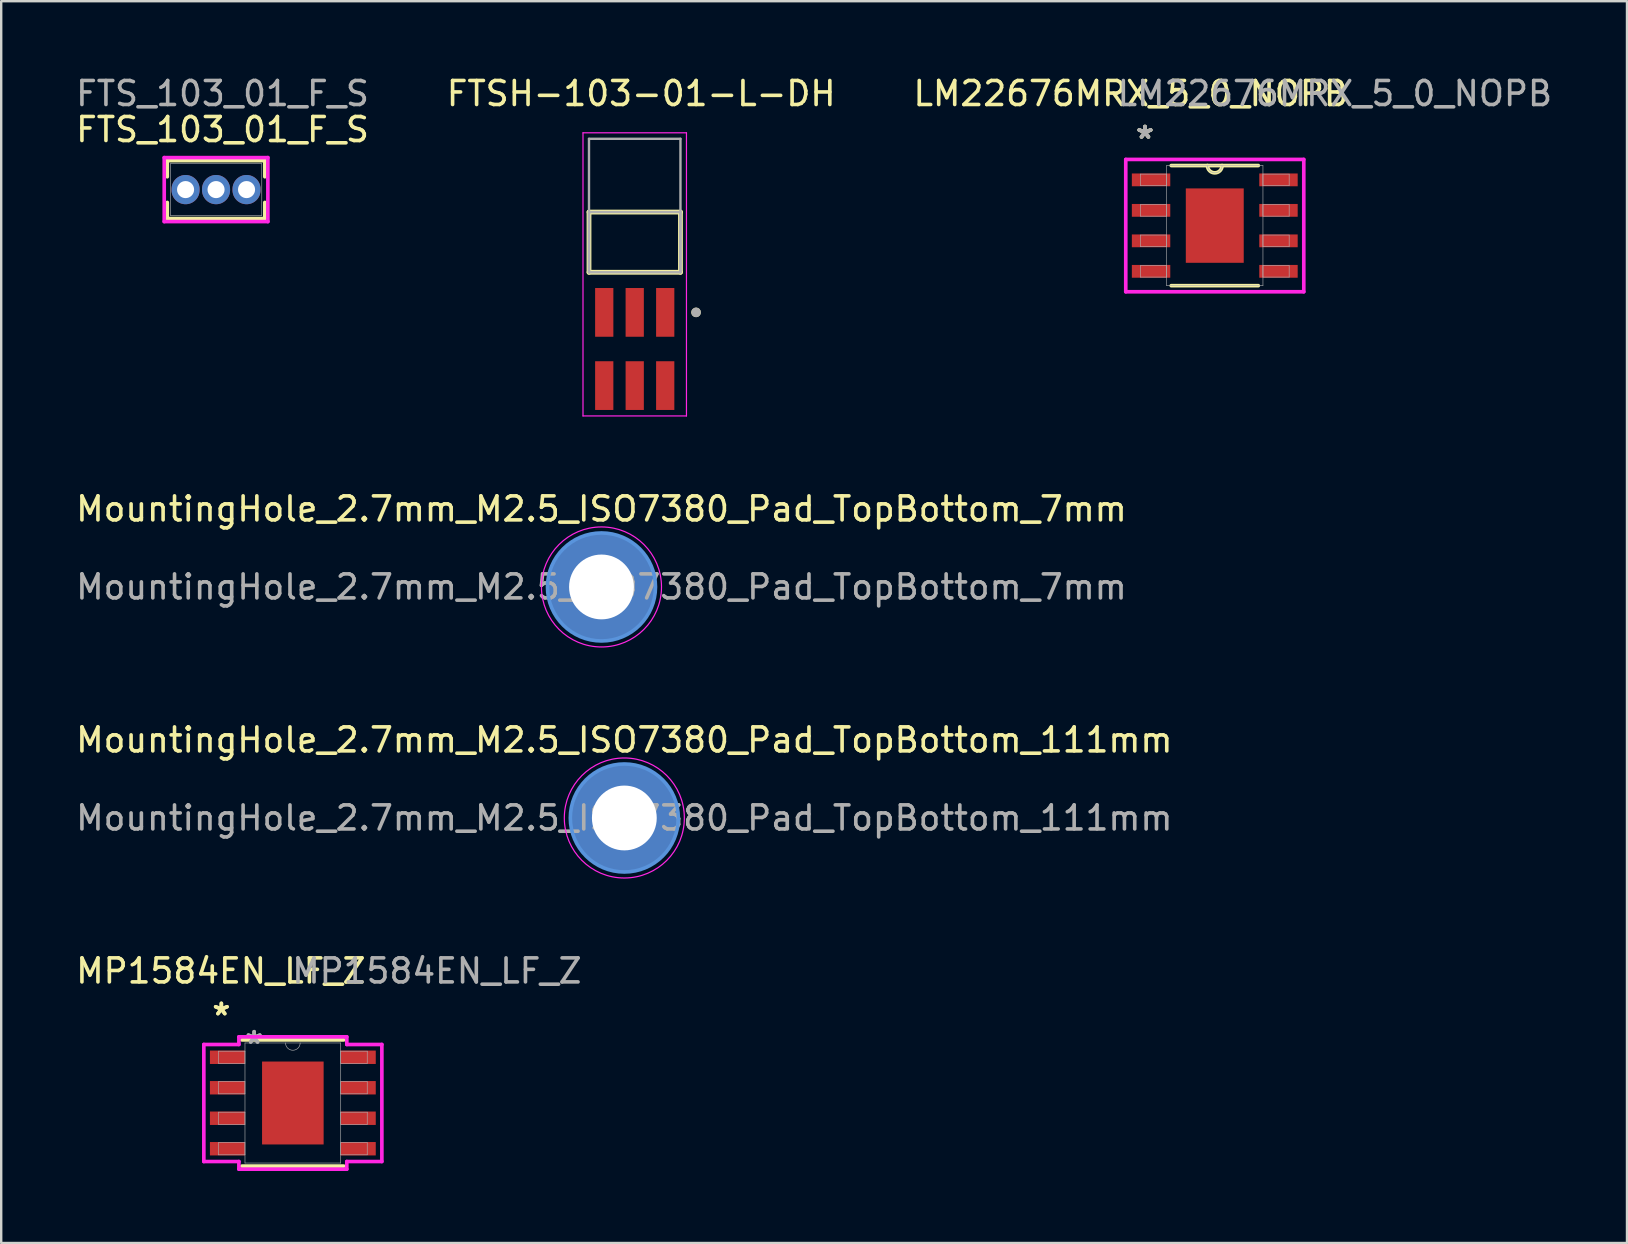
<source format=kicad_pcb>
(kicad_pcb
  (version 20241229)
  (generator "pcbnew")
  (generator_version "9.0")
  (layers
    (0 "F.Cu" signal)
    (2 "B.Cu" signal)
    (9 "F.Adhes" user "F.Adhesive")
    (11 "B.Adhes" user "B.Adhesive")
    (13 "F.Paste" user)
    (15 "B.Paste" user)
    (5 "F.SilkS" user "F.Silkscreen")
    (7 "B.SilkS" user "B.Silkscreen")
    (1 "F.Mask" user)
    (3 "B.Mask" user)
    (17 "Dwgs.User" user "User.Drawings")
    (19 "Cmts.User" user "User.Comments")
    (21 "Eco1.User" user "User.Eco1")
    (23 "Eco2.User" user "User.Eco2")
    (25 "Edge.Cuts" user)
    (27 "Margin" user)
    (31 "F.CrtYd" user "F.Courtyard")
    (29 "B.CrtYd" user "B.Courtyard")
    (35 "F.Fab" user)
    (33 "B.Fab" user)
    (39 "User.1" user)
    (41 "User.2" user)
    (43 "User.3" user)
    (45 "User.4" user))
  (footprint "LM22676MRX_5_0_NOPB"
    (layer "F.Cu")
    (at 47.554 6.348)
    (property "Reference" "LM22676MRX_5_0_NOPB" (at -3.5 -5.5 0) (unlocked yes) (layer "F.SilkS") (effects (font (size 1 1) (thickness 0.15))))
    (attr smd)
    (fp_line (start -1.813 2.502) (end 1.813 2.502) (stroke (width 0.152) (type solid)) (layer "F.SilkS"))
    (fp_line (start 1.813 -2.502) (end -1.813 -2.502) (stroke (width 0.152) (type solid)) (layer "F.SilkS"))
    (fp_arc (start 0.3048 -2.5019) (mid 0 -2.1971) (end -0.3048 -2.5019) (stroke (width 0.1524) (type solid)) (layer "F.SilkS"))
    (fp_poly (pts (xy -1.107 -1.449) (xy -1.107 -0.1) (xy 1.107 -0.1) (xy 1.107 -1.449)) (stroke (width 0) (type solid)) (fill yes) (layer "F.Paste"))
    (fp_poly (pts (xy -1.107 0.1) (xy -1.107 1.449) (xy 1.107 1.449) (xy 1.107 0.1)) (stroke (width 0) (type solid)) (fill yes) (layer "F.Paste"))
    (fp_line (start -3.708 -2.756) (end 3.708 -2.756) (stroke (width 0.152) (type solid)) (layer "F.CrtYd"))
    (fp_line (start -3.708 2.756) (end -3.708 -2.756) (stroke (width 0.152) (type solid)) (layer "F.CrtYd"))
    (fp_line (start 3.708 -2.756) (end 3.708 2.756) (stroke (width 0.152) (type solid)) (layer "F.CrtYd"))
    (fp_line (start 3.708 2.756) (end -3.708 2.756) (stroke (width 0.152) (type solid)) (layer "F.CrtYd"))
    (fp_line (start -3.099 -2.146) (end -3.099 -1.664) (stroke (width 0.025) (type solid)) (layer "F.Fab"))
    (fp_line (start -3.099 -1.664) (end -2.007 -1.664) (stroke (width 0.025) (type solid)) (layer "F.Fab"))
    (fp_line (start -3.099 -0.876) (end -3.099 -0.394) (stroke (width 0.025) (type solid)) (layer "F.Fab"))
    (fp_line (start -3.099 -0.394) (end -2.007 -0.394) (stroke (width 0.025) (type solid)) (layer "F.Fab"))
    (fp_line (start -3.099 0.394) (end -3.099 0.876) (stroke (width 0.025) (type solid)) (layer "F.Fab"))
    (fp_line (start -3.099 0.876) (end -2.007 0.876) (stroke (width 0.025) (type solid)) (layer "F.Fab"))
    (fp_line (start -3.099 1.664) (end -3.099 2.146) (stroke (width 0.025) (type solid)) (layer "F.Fab"))
    (fp_line (start -3.099 2.146) (end -2.007 2.146) (stroke (width 0.025) (type solid)) (layer "F.Fab"))
    (fp_line (start -2.007 -2.502) (end -2.007 2.502) (stroke (width 0.025) (type solid)) (layer "F.Fab"))
    (fp_line (start -2.007 -2.146) (end -3.099 -2.146) (stroke (width 0.025) (type solid)) (layer "F.Fab"))
    (fp_line (start -2.007 -1.664) (end -2.007 -2.146) (stroke (width 0.025) (type solid)) (layer "F.Fab"))
    (fp_line (start -2.007 -0.876) (end -3.099 -0.876) (stroke (width 0.025) (type solid)) (layer "F.Fab"))
    (fp_line (start -2.007 -0.394) (end -2.007 -0.876) (stroke (width 0.025) (type solid)) (layer "F.Fab"))
    (fp_line (start -2.007 0.394) (end -3.099 0.394) (stroke (width 0.025) (type solid)) (layer "F.Fab"))
    (fp_line (start -2.007 0.876) (end -2.007 0.394) (stroke (width 0.025) (type solid)) (layer "F.Fab"))
    (fp_line (start -2.007 1.664) (end -3.099 1.664) (stroke (width 0.025) (type solid)) (layer "F.Fab"))
    (fp_line (start -2.007 2.146) (end -2.007 1.664) (stroke (width 0.025) (type solid)) (layer "F.Fab"))
    (fp_line (start -2.007 2.502) (end 2.007 2.502) (stroke (width 0.025) (type solid)) (layer "F.Fab"))
    (fp_line (start 2.007 -2.502) (end -2.007 -2.502) (stroke (width 0.025) (type solid)) (layer "F.Fab"))
    (fp_line (start 2.007 -2.146) (end 2.007 -1.664) (stroke (width 0.025) (type solid)) (layer "F.Fab"))
    (fp_line (start 2.007 -1.664) (end 3.099 -1.664) (stroke (width 0.025) (type solid)) (layer "F.Fab"))
    (fp_line (start 2.007 -0.876) (end 2.007 -0.394) (stroke (width 0.025) (type solid)) (layer "F.Fab"))
    (fp_line (start 2.007 -0.394) (end 3.099 -0.394) (stroke (width 0.025) (type solid)) (layer "F.Fab"))
    (fp_line (start 2.007 0.394) (end 2.007 0.876) (stroke (width 0.025) (type solid)) (layer "F.Fab"))
    (fp_line (start 2.007 0.876) (end 3.099 0.876) (stroke (width 0.025) (type solid)) (layer "F.Fab"))
    (fp_line (start 2.007 1.664) (end 2.007 2.146) (stroke (width 0.025) (type solid)) (layer "F.Fab"))
    (fp_line (start 2.007 2.146) (end 3.099 2.146) (stroke (width 0.025) (type solid)) (layer "F.Fab"))
    (fp_line (start 2.007 2.502) (end 2.007 -2.502) (stroke (width 0.025) (type solid)) (layer "F.Fab"))
    (fp_line (start 3.099 -2.146) (end 2.007 -2.146) (stroke (width 0.025) (type solid)) (layer "F.Fab"))
    (fp_line (start 3.099 -1.664) (end 3.099 -2.146) (stroke (width 0.025) (type solid)) (layer "F.Fab"))
    (fp_line (start 3.099 -0.876) (end 2.007 -0.876) (stroke (width 0.025) (type solid)) (layer "F.Fab"))
    (fp_line (start 3.099 -0.394) (end 3.099 -0.876) (stroke (width 0.025) (type solid)) (layer "F.Fab"))
    (fp_line (start 3.099 0.394) (end 2.007 0.394) (stroke (width 0.025) (type solid)) (layer "F.Fab"))
    (fp_line (start 3.099 0.876) (end 3.099 0.394) (stroke (width 0.025) (type solid)) (layer "F.Fab"))
    (fp_line (start 3.099 1.664) (end 2.007 1.664) (stroke (width 0.025) (type solid)) (layer "F.Fab"))
    (fp_line (start 3.099 2.146) (end 3.099 1.664) (stroke (width 0.025) (type solid)) (layer "F.Fab"))
    (fp_arc (start 0.3048 -2.5019) (mid 0 -2.1971) (end -0.3048 -2.5019) (stroke (width 0.0254) (type solid)) (layer "F.Fab"))
    (fp_text user "*" (at -2.908 -3.581 0) (layer "F.SilkS") (effects (font (size 1 1) (thickness 0.15))))
    (fp_text user "*" (at -2.908 -3.581 0) (unlocked yes) (layer "F.SilkS") (effects (font (size 1 1) (thickness 0.15))))
    (fp_text user "*" (at -2.908 -3.581 0) (unlocked yes) (layer "F.Fab") (effects (font (size 1 1) (thickness 0.15))))
    (fp_text user "*" (at -2.908 -3.581 0) (layer "F.Fab") (effects (font (size 1 1) (thickness 0.15))))
    (fp_text user "${REFERENCE}" (at 5 -5.5 0) (unlocked yes) (layer "F.Fab") (effects (font (size 1 1) (thickness 0.15))))
    (pad "1" smd rect (at -2.654 -1.905) (size 1.6 0.533) (layers "F.Cu" "F.Mask" "F.Paste"))
    (pad "2" smd rect (at -2.654 -0.635) (size 1.6 0.533) (layers "F.Cu" "F.Mask" "F.Paste"))
    (pad "3" smd rect (at -2.654 0.635) (size 1.6 0.533) (layers "F.Cu" "F.Mask" "F.Paste"))
    (pad "4" smd rect (at -2.654 1.905) (size 1.6 0.533) (layers "F.Cu" "F.Mask" "F.Paste"))
    (pad "5" smd rect (at 2.654 1.905) (size 1.6 0.533) (layers "F.Cu" "F.Mask" "F.Paste"))
    (pad "6" smd rect (at 2.654 0.635) (size 1.6 0.533) (layers "F.Cu" "F.Mask" "F.Paste"))
    (pad "7" smd rect (at 2.654 -0.635) (size 1.6 0.533) (layers "F.Cu" "F.Mask" "F.Paste"))
    (pad "8" smd rect (at 2.654 -1.905) (size 1.6 0.533) (layers "F.Cu" "F.Mask" "F.Paste"))
    (pad "EPAD" smd rect (at 0 0) (size 2.413 3.099) (layers "F.Cu" "F.Mask")))
  (footprint "MountingHole_2.7mm_M2.5_ISO7380_Pad_TopBottom_111mm"
    (layer "F.Cu")
    (at 22.958 31.025)
    (property "Reference" "MountingHole_2.7mm_M2.5_ISO7380_Pad_TopBottom_111mm" (at 0 -3.25 0) (layer "F.SilkS") (effects (font (size 1 1) (thickness 0.15))))
    (attr exclude_from_pos_files exclude_from_bom)
    (fp_circle (center 0 0) (end 2.25 0) (stroke (width 0.15) (type solid)) (fill no) (layer "Cmts.User"))
    (fp_circle (center 0 0) (end 2.5 0) (stroke (width 0.05) (type solid)) (fill no) (layer "F.CrtYd"))
    (fp_text user "${REFERENCE}" (at 0 0 0) (layer "F.Fab") (effects (font (size 1 1) (thickness 0.15))))
    (pad "1" thru_hole circle (at 0 0) (size 3.1 3.1) (drill 2.7) (layers "*.Cu" "*.Mask"))
    (pad "1" connect circle (at 0 0) (size 4.5 4.5) (layers "F.Cu" "F.Mask"))
    (pad "1" connect circle (at 0 0) (size 4.5 4.5) (layers "B.Cu" "B.Mask")))
  (footprint "MountingHole_2.7mm_M2.5_ISO7380_Pad_TopBottom_7mm"
    (layer "F.Cu")
    (at 22.006 21.401)
    (property "Reference" "MountingHole_2.7mm_M2.5_ISO7380_Pad_TopBottom_7mm" (at 0 -3.25 0) (layer "F.SilkS") (effects (font (size 1 1) (thickness 0.15))))
    (attr exclude_from_pos_files exclude_from_bom)
    (fp_circle (center 0 0) (end 2.25 0) (stroke (width 0.15) (type solid)) (fill no) (layer "Cmts.User"))
    (fp_circle (center 0 0) (end 2.5 0) (stroke (width 0.05) (type solid)) (fill no) (layer "F.CrtYd"))
    (fp_text user "${REFERENCE}" (at 0 0 0) (layer "F.Fab") (effects (font (size 1 1) (thickness 0.15))))
    (pad "1" thru_hole circle (at 0 0) (size 3.1 3.1) (drill 2.7) (layers "*.Cu" "*.Mask"))
    (pad "1" connect circle (at 0 0) (size 4.5 4.5) (layers "F.Cu" "F.Mask"))
    (pad "1" connect circle (at 0 0) (size 4.5 4.5) (layers "B.Cu" "B.Mask")))
  (footprint "MP1584EN_LF_Z"
    (layer "F.Cu")
    (at 9.149 42.898)
    (property "Reference" "MP1584EN_LF_Z" (at -3 -5.5 0) (unlocked yes) (layer "F.SilkS") (effects (font (size 1 1) (thickness 0.15))))
    (attr smd)
    (fp_line (start -2.121 2.629) (end 2.121 2.629) (stroke (width 0.152) (type solid)) (layer "F.SilkS"))
    (fp_line (start 2.121 -2.629) (end -2.121 -2.629) (stroke (width 0.152) (type solid)) (layer "F.SilkS"))
    (fp_poly (pts (xy -1.183 -1.627) (xy -1.183 -0.1) (xy -0.1 -0.1) (xy -0.1 -1.627)) (stroke (width 0) (type solid)) (fill yes) (layer "F.Paste"))
    (fp_poly (pts (xy -1.183 0.1) (xy -1.183 1.627) (xy -0.1 1.627) (xy -0.1 0.1)) (stroke (width 0) (type solid)) (fill yes) (layer "F.Paste"))
    (fp_poly (pts (xy 0.1 -1.627) (xy 0.1 -0.1) (xy 1.183 -0.1) (xy 1.183 -1.627)) (stroke (width 0) (type solid)) (fill yes) (layer "F.Paste"))
    (fp_poly (pts (xy 0.1 0.1) (xy 0.1 1.627) (xy 1.183 1.627) (xy 1.183 0.1)) (stroke (width 0) (type solid)) (fill yes) (layer "F.Paste"))
    (fp_line (start -3.708 -2.438) (end -2.248 -2.438) (stroke (width 0.152) (type solid)) (layer "F.CrtYd"))
    (fp_line (start -3.708 2.438) (end -3.708 -2.438) (stroke (width 0.152) (type solid)) (layer "F.CrtYd"))
    (fp_line (start -3.708 2.438) (end -2.248 2.438) (stroke (width 0.152) (type solid)) (layer "F.CrtYd"))
    (fp_line (start -2.248 -2.756) (end 2.248 -2.756) (stroke (width 0.152) (type solid)) (layer "F.CrtYd"))
    (fp_line (start -2.248 -2.438) (end -2.248 -2.756) (stroke (width 0.152) (type solid)) (layer "F.CrtYd"))
    (fp_line (start -2.248 2.756) (end -2.248 2.438) (stroke (width 0.152) (type solid)) (layer "F.CrtYd"))
    (fp_line (start 2.248 -2.756) (end 2.248 -2.438) (stroke (width 0.152) (type solid)) (layer "F.CrtYd"))
    (fp_line (start 2.248 2.438) (end 2.248 2.756) (stroke (width 0.152) (type solid)) (layer "F.CrtYd"))
    (fp_line (start 2.248 2.756) (end -2.248 2.756) (stroke (width 0.152) (type solid)) (layer "F.CrtYd"))
    (fp_line (start 3.708 -2.438) (end 2.248 -2.438) (stroke (width 0.152) (type solid)) (layer "F.CrtYd"))
    (fp_line (start 3.708 -2.438) (end 3.708 2.438) (stroke (width 0.152) (type solid)) (layer "F.CrtYd"))
    (fp_line (start 3.708 2.438) (end 2.248 2.438) (stroke (width 0.152) (type solid)) (layer "F.CrtYd"))
    (fp_line (start -3.099 -2.159) (end -3.099 -1.651) (stroke (width 0.025) (type solid)) (layer "F.Fab"))
    (fp_line (start -3.099 -1.651) (end -1.994 -1.651) (stroke (width 0.025) (type solid)) (layer "F.Fab"))
    (fp_line (start -3.099 -0.889) (end -3.099 -0.381) (stroke (width 0.025) (type solid)) (layer "F.Fab"))
    (fp_line (start -3.099 -0.381) (end -1.994 -0.381) (stroke (width 0.025) (type solid)) (layer "F.Fab"))
    (fp_line (start -3.099 0.381) (end -3.099 0.889) (stroke (width 0.025) (type solid)) (layer "F.Fab"))
    (fp_line (start -3.099 0.889) (end -1.994 0.889) (stroke (width 0.025) (type solid)) (layer "F.Fab"))
    (fp_line (start -3.099 1.651) (end -3.099 2.159) (stroke (width 0.025) (type solid)) (layer "F.Fab"))
    (fp_line (start -3.099 2.159) (end -1.994 2.159) (stroke (width 0.025) (type solid)) (layer "F.Fab"))
    (fp_line (start -1.994 -2.502) (end -1.994 2.502) (stroke (width 0.025) (type solid)) (layer "F.Fab"))
    (fp_line (start -1.994 -2.159) (end -3.099 -2.159) (stroke (width 0.025) (type solid)) (layer "F.Fab"))
    (fp_line (start -1.994 -1.651) (end -1.994 -2.159) (stroke (width 0.025) (type solid)) (layer "F.Fab"))
    (fp_line (start -1.994 -0.889) (end -3.099 -0.889) (stroke (width 0.025) (type solid)) (layer "F.Fab"))
    (fp_line (start -1.994 -0.381) (end -1.994 -0.889) (stroke (width 0.025) (type solid)) (layer "F.Fab"))
    (fp_line (start -1.994 0.381) (end -3.099 0.381) (stroke (width 0.025) (type solid)) (layer "F.Fab"))
    (fp_line (start -1.994 0.889) (end -1.994 0.381) (stroke (width 0.025) (type solid)) (layer "F.Fab"))
    (fp_line (start -1.994 1.651) (end -3.099 1.651) (stroke (width 0.025) (type solid)) (layer "F.Fab"))
    (fp_line (start -1.994 2.159) (end -1.994 1.651) (stroke (width 0.025) (type solid)) (layer "F.Fab"))
    (fp_line (start -1.994 2.502) (end 1.994 2.502) (stroke (width 0.025) (type solid)) (layer "F.Fab"))
    (fp_line (start 1.994 -2.502) (end -1.994 -2.502) (stroke (width 0.025) (type solid)) (layer "F.Fab"))
    (fp_line (start 1.994 -2.159) (end 1.994 -1.651) (stroke (width 0.025) (type solid)) (layer "F.Fab"))
    (fp_line (start 1.994 -1.651) (end 3.099 -1.651) (stroke (width 0.025) (type solid)) (layer "F.Fab"))
    (fp_line (start 1.994 -0.889) (end 1.994 -0.381) (stroke (width 0.025) (type solid)) (layer "F.Fab"))
    (fp_line (start 1.994 -0.381) (end 3.099 -0.381) (stroke (width 0.025) (type solid)) (layer "F.Fab"))
    (fp_line (start 1.994 0.381) (end 1.994 0.889) (stroke (width 0.025) (type solid)) (layer "F.Fab"))
    (fp_line (start 1.994 0.889) (end 3.099 0.889) (stroke (width 0.025) (type solid)) (layer "F.Fab"))
    (fp_line (start 1.994 1.651) (end 1.994 2.159) (stroke (width 0.025) (type solid)) (layer "F.Fab"))
    (fp_line (start 1.994 2.159) (end 3.099 2.159) (stroke (width 0.025) (type solid)) (layer "F.Fab"))
    (fp_line (start 1.994 2.502) (end 1.994 -2.502) (stroke (width 0.025) (type solid)) (layer "F.Fab"))
    (fp_line (start 3.099 -2.159) (end 1.994 -2.159) (stroke (width 0.025) (type solid)) (layer "F.Fab"))
    (fp_line (start 3.099 -1.651) (end 3.099 -2.159) (stroke (width 0.025) (type solid)) (layer "F.Fab"))
    (fp_line (start 3.099 -0.889) (end 1.994 -0.889) (stroke (width 0.025) (type solid)) (layer "F.Fab"))
    (fp_line (start 3.099 -0.381) (end 3.099 -0.889) (stroke (width 0.025) (type solid)) (layer "F.Fab"))
    (fp_line (start 3.099 0.381) (end 1.994 0.381) (stroke (width 0.025) (type solid)) (layer "F.Fab"))
    (fp_line (start 3.099 0.889) (end 3.099 0.381) (stroke (width 0.025) (type solid)) (layer "F.Fab"))
    (fp_line (start 3.099 1.651) (end 1.994 1.651) (stroke (width 0.025) (type solid)) (layer "F.Fab"))
    (fp_line (start 3.099 2.159) (end 3.099 1.651) (stroke (width 0.025) (type solid)) (layer "F.Fab"))
    (fp_arc (start 0.3048 -2.5019) (mid 0 -2.1971) (end -0.3048 -2.5019) (stroke (width 0.0254) (type solid)) (layer "F.Fab"))
    (fp_text user "*" (at -2.978 -3.607 0) (layer "F.SilkS") (effects (font (size 1 1) (thickness 0.15))))
    (fp_text user "*" (at -2.978 -3.607 0) (unlocked yes) (layer "F.SilkS") (effects (font (size 1 1) (thickness 0.15))))
    (fp_text user "*" (at -1.613 -2.426 0) (layer "F.Fab") (effects (font (size 1 1) (thickness 0.15))))
    (fp_text user "*" (at -1.613 -2.426 0) (unlocked yes) (layer "F.Fab") (effects (font (size 1 1) (thickness 0.15))))
    (fp_text user "${REFERENCE}" (at 6 -5.5 0) (unlocked yes) (layer "F.Fab") (effects (font (size 1 1) (thickness 0.15))))
    (pad "1" smd rect (at -2.724 -1.905) (size 1.46 0.559) (layers "F.Cu" "F.Mask" "F.Paste"))
    (pad "2" smd rect (at -2.724 -0.635) (size 1.46 0.559) (layers "F.Cu" "F.Mask" "F.Paste"))
    (pad "3" smd rect (at -2.724 0.635) (size 1.46 0.559) (layers "F.Cu" "F.Mask" "F.Paste"))
    (pad "4" smd rect (at -2.724 1.905) (size 1.46 0.559) (layers "F.Cu" "F.Mask" "F.Paste"))
    (pad "5" smd rect (at 2.724 1.905) (size 1.46 0.559) (layers "F.Cu" "F.Mask" "F.Paste"))
    (pad "6" smd rect (at 2.724 0.635) (size 1.46 0.559) (layers "F.Cu" "F.Mask" "F.Paste"))
    (pad "7" smd rect (at 2.724 -0.635) (size 1.46 0.559) (layers "F.Cu" "F.Mask" "F.Paste"))
    (pad "8" smd rect (at 2.724 -1.905) (size 1.46 0.559) (layers "F.Cu" "F.Mask" "F.Paste"))
    (pad "EPAD" smd rect (at 0 0) (size 2.565 3.454) (layers "F.Cu" "F.Mask")))
  (footprint "FTSH-103-01-L-DH"
    (layer "F.Cu")
    (at 23.391 11.488)
    (property "Reference" "FTSH-103-01-L-DH" (at 0.27 -10.64 0) (layer "F.SilkS") (effects (font (size 1 1) (thickness 0.15))))
    (attr smd)
    (fp_line (start -1.905 -3.195) (end -1.905 -5.705) (stroke (width 0.2) (type solid)) (layer "F.SilkS"))
    (fp_line (start 1.905 -5.705) (end -1.905 -5.705) (stroke (width 0.2) (type solid)) (layer "F.SilkS"))
    (fp_line (start 1.905 -5.705) (end 1.905 -3.195) (stroke (width 0.2) (type solid)) (layer "F.SilkS"))
    (fp_line (start 1.905 -3.195) (end -1.905 -3.195) (stroke (width 0.2) (type solid)) (layer "F.SilkS"))
    (fp_circle (center 2.555 -1.525) (end 2.655 -1.525) (stroke (width 0.2) (type solid)) (fill no) (layer "F.SilkS"))
    (fp_line (start -2.155 -9.005) (end 2.155 -9.005) (stroke (width 0.05) (type solid)) (layer "F.CrtYd"))
    (fp_line (start -2.155 2.79) (end -2.155 -9.005) (stroke (width 0.05) (type solid)) (layer "F.CrtYd"))
    (fp_line (start 2.155 -9.005) (end 2.155 2.79) (stroke (width 0.05) (type solid)) (layer "F.CrtYd"))
    (fp_line (start 2.155 2.79) (end -2.155 2.79) (stroke (width 0.05) (type solid)) (layer "F.CrtYd"))
    (fp_line (start -1.905 -8.755) (end 1.905 -8.755) (stroke (width 0.1) (type solid)) (layer "F.Fab"))
    (fp_line (start -1.905 -5.705) (end 1.905 -5.705) (stroke (width 0.1) (type solid)) (layer "F.Fab"))
    (fp_line (start -1.905 -3.195) (end -1.905 -8.755) (stroke (width 0.1) (type solid)) (layer "F.Fab"))
    (fp_line (start -1.905 -3.195) (end -1.905 -5.705) (stroke (width 0.1) (type solid)) (layer "F.Fab"))
    (fp_line (start 1.905 -8.755) (end 1.905 -3.195) (stroke (width 0.1) (type solid)) (layer "F.Fab"))
    (fp_line (start 1.905 -5.705) (end 1.905 -3.195) (stroke (width 0.1) (type solid)) (layer "F.Fab"))
    (fp_line (start 1.905 -3.195) (end -1.905 -3.195) (stroke (width 0.1) (type solid)) (layer "F.Fab"))
    (fp_circle (center 2.555 -1.525) (end 2.655 -1.525) (stroke (width 0.2) (type solid)) (fill no) (layer "F.Fab"))
    (pad "01" smd rect (at 1.27 -1.525) (size 0.76 2.03) (layers "F.Cu" "F.Mask" "F.Paste"))
    (pad "02" smd rect (at 1.27 1.525) (size 0.76 2.03) (layers "F.Cu" "F.Mask" "F.Paste"))
    (pad "03" smd rect (at 0 -1.525) (size 0.76 2.03) (layers "F.Cu" "F.Mask" "F.Paste"))
    (pad "04" smd rect (at 0 1.525) (size 0.76 2.03) (layers "F.Cu" "F.Mask" "F.Paste"))
    (pad "05" smd rect (at -1.27 -1.525) (size 0.76 2.03) (layers "F.Cu" "F.Mask" "F.Paste"))
    (pad "06" smd rect (at -1.27 1.525) (size 0.76 2.03) (layers "F.Cu" "F.Mask" "F.Paste")))
  (footprint "FTS_103_01_F_S"
    (layer "F.Cu")
    (at 7.22 4.848)
    (property "Reference" "FTS_103_01_F_S" (at -1 -2.5 0) (unlocked yes) (layer "F.SilkS") (effects (font (size 1 1) (thickness 0.15))))
    (attr through_hole)
    (fp_line (start -3.302 -1.206) (end -3.302 -0.535) (stroke (width 0.152) (type solid)) (layer "F.SilkS"))
    (fp_line (start -3.302 0.535) (end -3.302 1.206) (stroke (width 0.152) (type solid)) (layer "F.SilkS"))
    (fp_line (start -3.302 1.206) (end 0.762 1.206) (stroke (width 0.152) (type solid)) (layer "F.SilkS"))
    (fp_line (start 0.762 -1.206) (end -3.302 -1.206) (stroke (width 0.152) (type solid)) (layer "F.SilkS"))
    (fp_line (start 0.762 -0.535) (end 0.762 -1.206) (stroke (width 0.152) (type solid)) (layer "F.SilkS"))
    (fp_line (start 0.762 1.206) (end 0.762 0.535) (stroke (width 0.152) (type solid)) (layer "F.SilkS"))
    (fp_line (start -3.429 -1.333) (end -3.429 1.333) (stroke (width 0.152) (type solid)) (layer "F.CrtYd"))
    (fp_line (start -3.429 1.333) (end 0.889 1.333) (stroke (width 0.152) (type solid)) (layer "F.CrtYd"))
    (fp_line (start 0.889 -1.333) (end -3.429 -1.333) (stroke (width 0.152) (type solid)) (layer "F.CrtYd"))
    (fp_line (start 0.889 1.333) (end 0.889 -1.333) (stroke (width 0.152) (type solid)) (layer "F.CrtYd"))
    (fp_line (start -3.175 -1.079) (end -3.175 1.079) (stroke (width 0.025) (type solid)) (layer "F.Fab"))
    (fp_line (start -3.175 1.079) (end 0.635 1.079) (stroke (width 0.025) (type solid)) (layer "F.Fab"))
    (fp_line (start 0.635 -1.079) (end -3.175 -1.079) (stroke (width 0.025) (type solid)) (layer "F.Fab"))
    (fp_line (start 0.635 1.079) (end 0.635 -1.079) (stroke (width 0.025) (type solid)) (layer "F.Fab"))
    (fp_text user "${REFERENCE}" (at -1 -4 0) (unlocked yes) (layer "F.Fab") (effects (font (size 1 1) (thickness 0.15))))
    (pad "1" thru_hole oval (at 0 0) (size 1.168 1.219) (drill 0.711) (layers "*.Cu" "*.Mask"))
    (pad "2" thru_hole oval (at -1.27 0) (size 1.168 1.219) (drill 0.711) (layers "*.Cu" "*.Mask"))
    (pad "3" thru_hole oval (at -2.54 0) (size 1.168 1.219) (drill 0.711) (layers "*.Cu" "*.Mask")))
  (gr_rect
    (start -3 -3)
    (end 64.726 48.73)
    (stroke (width 0.1) (type default))
    (fill no)
    (layer "Edge.Cuts")))
</source>
